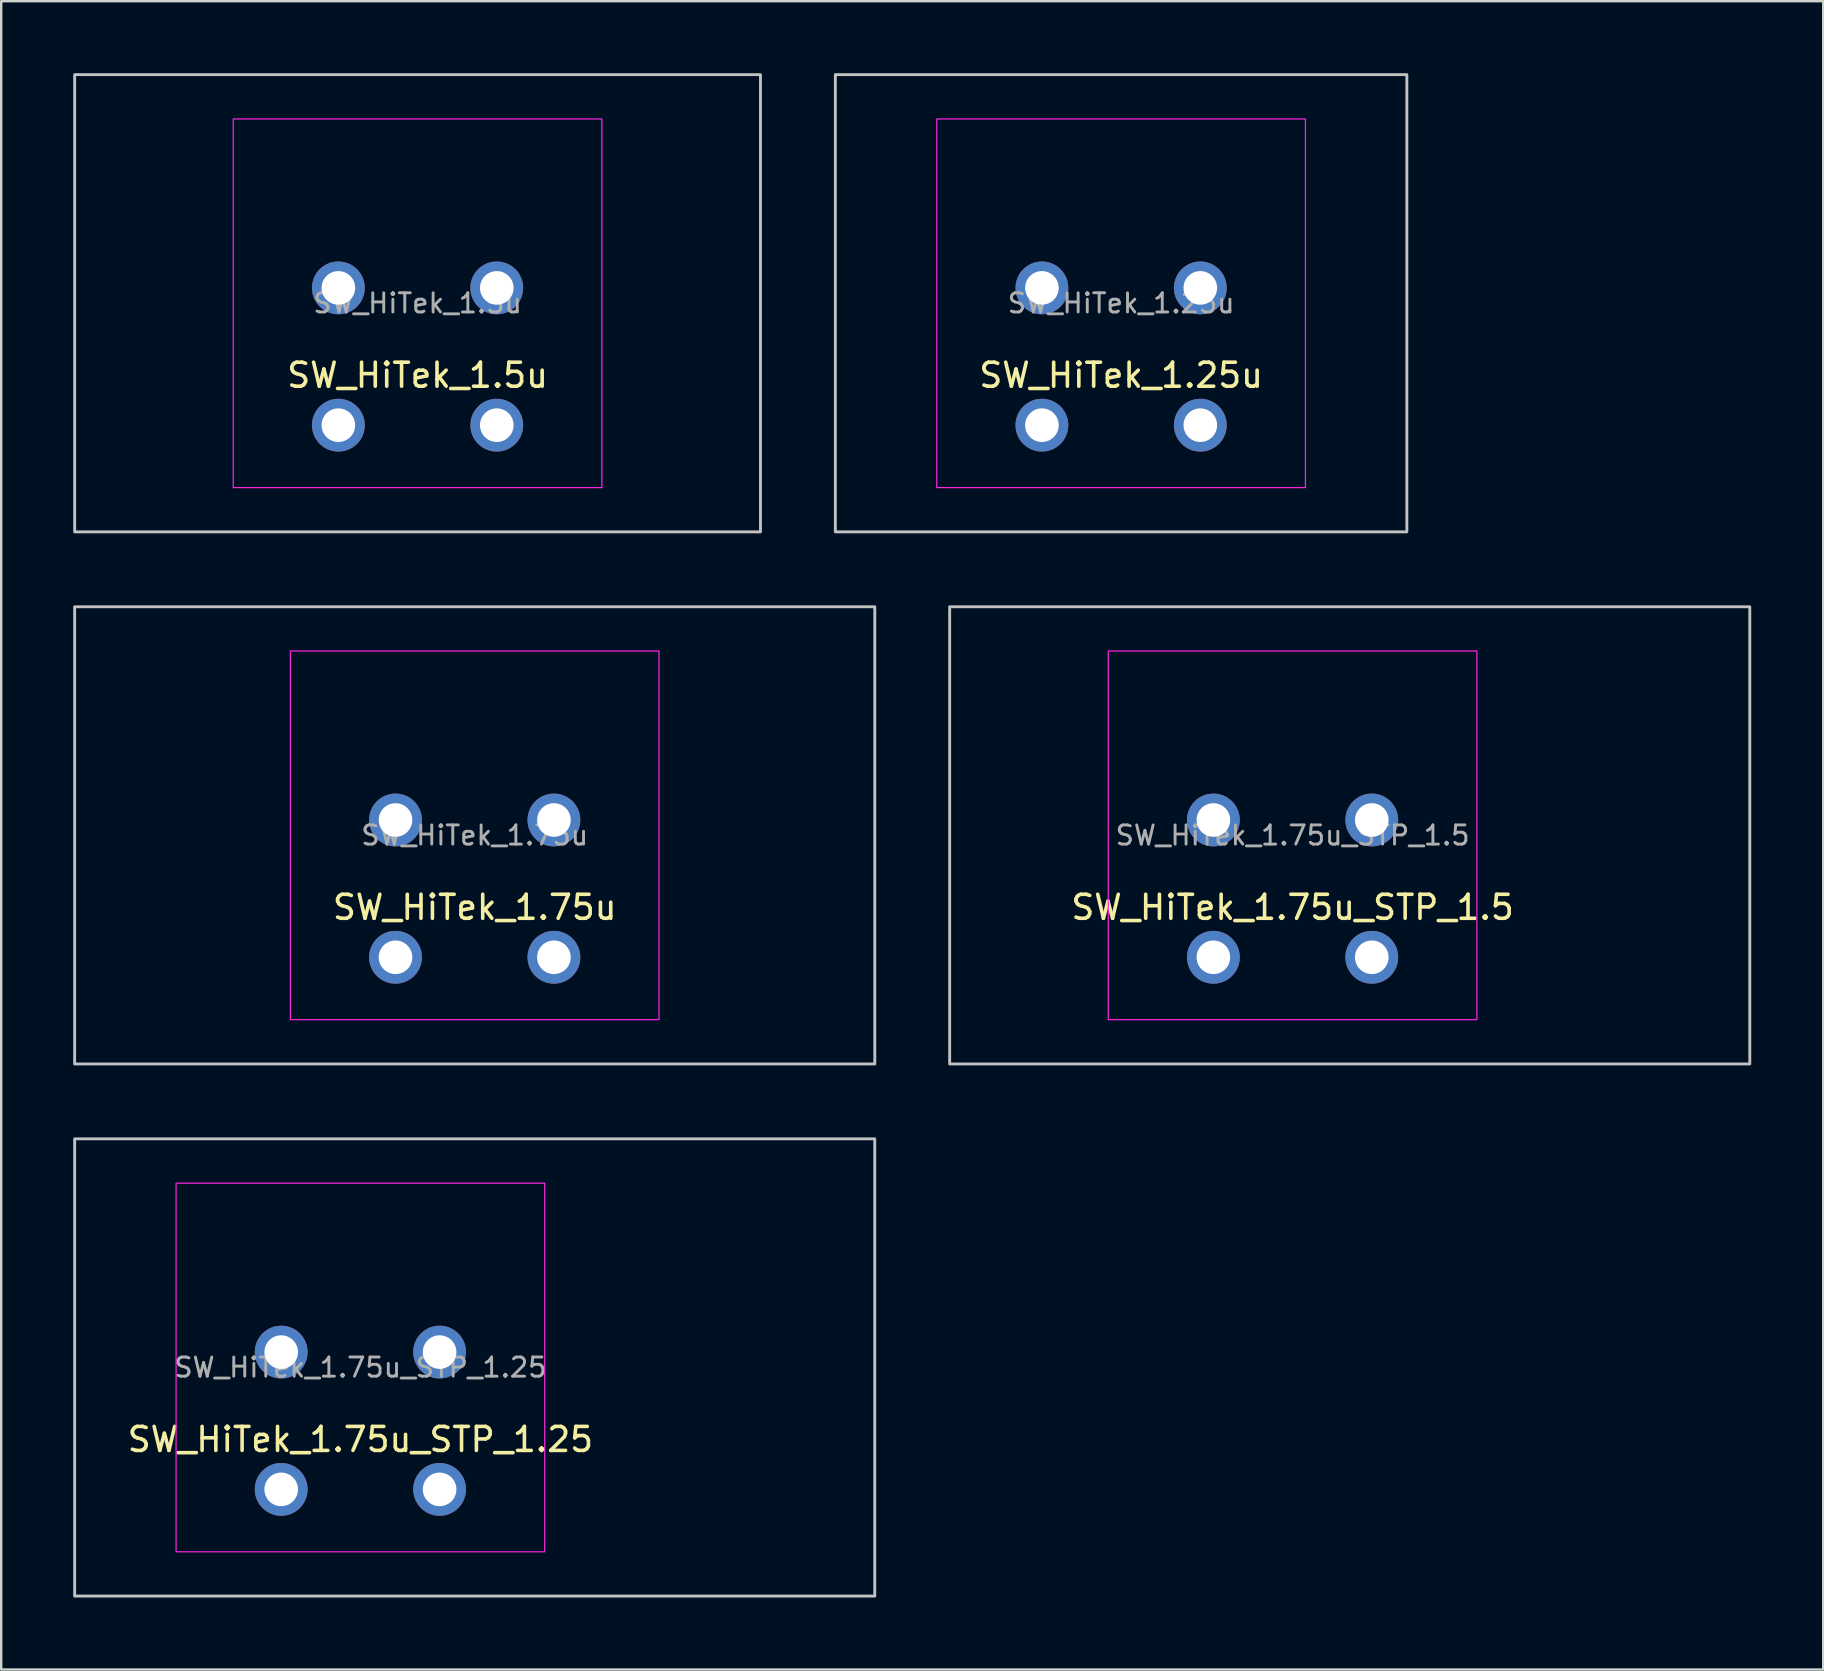
<source format=kicad_pcb>
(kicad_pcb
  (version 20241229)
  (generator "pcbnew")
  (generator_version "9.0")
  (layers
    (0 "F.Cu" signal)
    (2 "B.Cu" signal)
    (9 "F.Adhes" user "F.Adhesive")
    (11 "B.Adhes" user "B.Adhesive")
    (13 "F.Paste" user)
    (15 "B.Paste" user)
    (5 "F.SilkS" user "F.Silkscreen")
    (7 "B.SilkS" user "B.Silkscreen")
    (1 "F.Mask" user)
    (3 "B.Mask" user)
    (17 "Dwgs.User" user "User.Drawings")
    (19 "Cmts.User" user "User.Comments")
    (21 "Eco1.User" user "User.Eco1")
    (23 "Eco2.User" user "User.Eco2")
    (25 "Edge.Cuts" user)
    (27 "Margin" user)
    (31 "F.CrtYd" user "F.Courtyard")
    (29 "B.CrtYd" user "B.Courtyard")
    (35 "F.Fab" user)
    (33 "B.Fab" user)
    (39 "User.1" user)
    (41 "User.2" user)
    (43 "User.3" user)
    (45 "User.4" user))
  (footprint "SW_HiTek_1.25u"
    (layer "F.Cu")
    (at 43.661 9.585)
    (property "Reference" "SW_HiTek_1.25u" (at 0 3 0) (unlocked yes) (layer "F.SilkS") (effects (font (size 1 1) (thickness 0.15))))
    (attr through_hole exclude_from_pos_files exclude_from_bom)
    (fp_rect (start -11.906 -9.525) (end 11.906 9.525) (stroke (width 0.12) (type solid)) (fill no) (layer "Dwgs.User"))
    (fp_line (start -7.81 7.31) (end -7.81 -7.31) (stroke (width 0.05) (type solid)) (layer "Eco2.User"))
    (fp_line (start -7.31 -7.81) (end 7.31 -7.81) (stroke (width 0.05) (type solid)) (layer "Eco2.User"))
    (fp_line (start 7.31 7.81) (end -7.31 7.81) (stroke (width 0.05) (type solid)) (layer "Eco2.User"))
    (fp_line (start 7.81 7.31) (end 7.81 -7.31) (stroke (width 0.05) (type solid)) (layer "Eco2.User"))
    (fp_arc (start -7.81 -7.31) (mid -7.663553 -7.663553) (end -7.31 -7.81) (stroke (width 0.05) (type solid)) (layer "Eco2.User"))
    (fp_arc (start -7.31 7.81) (mid -7.663553 7.663553) (end -7.81 7.31) (stroke (width 0.05) (type solid)) (layer "Eco2.User"))
    (fp_arc (start 7.31 -7.81) (mid 7.663553 -7.663553) (end 7.81 -7.31) (stroke (width 0.05) (type solid)) (layer "Eco2.User"))
    (fp_arc (start 7.81 7.31) (mid 7.663553 7.663553) (end 7.31 7.81) (stroke (width 0.05) (type solid)) (layer "Eco2.User"))
    (fp_rect (start -7.68 -7.68) (end 7.68 7.68) (stroke (width 0.05) (type solid)) (fill no) (layer "F.CrtYd"))
    (fp_text user "${REFERENCE}" (at 0 0 0) (layer "F.Fab") (effects (font (size 0.8 0.8) (thickness 0.12))))
    (pad "1" thru_hole circle (at -3.3 -0.64) (size 2.2 2.2) (drill 1.4) (layers "*.Cu" "B.Mask"))
    (pad "1" thru_hole circle (at -3.3 5.08) (size 2.2 2.2) (drill 1.4) (layers "*.Cu" "B.Mask"))
    (pad "2" thru_hole circle (at 3.3 -0.64) (size 2.2 2.2) (drill 1.4) (layers "*.Cu" "B.Mask"))
    (pad "2" thru_hole circle (at 3.3 5.08) (size 2.2 2.2) (drill 1.4) (layers "*.Cu" "B.Mask")))
  (footprint "SW_HiTek_1.75u"
    (layer "F.Cu")
    (at 16.729 31.755)
    (property "Reference" "SW_HiTek_1.75u" (at 0 3 0) (unlocked yes) (layer "F.SilkS") (effects (font (size 1 1) (thickness 0.15))))
    (attr through_hole exclude_from_pos_files exclude_from_bom)
    (fp_rect (start -16.669 -9.525) (end 16.669 9.525) (stroke (width 0.12) (type solid)) (fill no) (layer "Dwgs.User"))
    (fp_line (start -7.81 7.31) (end -7.81 -7.31) (stroke (width 0.05) (type solid)) (layer "Eco2.User"))
    (fp_line (start -7.31 -7.81) (end 7.31 -7.81) (stroke (width 0.05) (type solid)) (layer "Eco2.User"))
    (fp_line (start 7.31 7.81) (end -7.31 7.81) (stroke (width 0.05) (type solid)) (layer "Eco2.User"))
    (fp_line (start 7.81 7.31) (end 7.81 -7.31) (stroke (width 0.05) (type solid)) (layer "Eco2.User"))
    (fp_arc (start -7.81 -7.31) (mid -7.663553 -7.663553) (end -7.31 -7.81) (stroke (width 0.05) (type solid)) (layer "Eco2.User"))
    (fp_arc (start -7.31 7.81) (mid -7.663553 7.663553) (end -7.81 7.31) (stroke (width 0.05) (type solid)) (layer "Eco2.User"))
    (fp_arc (start 7.31 -7.81) (mid 7.663553 -7.663553) (end 7.81 -7.31) (stroke (width 0.05) (type solid)) (layer "Eco2.User"))
    (fp_arc (start 7.81 7.31) (mid 7.663553 7.663553) (end 7.31 7.81) (stroke (width 0.05) (type solid)) (layer "Eco2.User"))
    (fp_rect (start -7.68 -7.68) (end 7.68 7.68) (stroke (width 0.05) (type solid)) (fill no) (layer "F.CrtYd"))
    (fp_text user "${REFERENCE}" (at 0 0 0) (layer "F.Fab") (effects (font (size 0.8 0.8) (thickness 0.12))))
    (pad "1" thru_hole circle (at -3.3 -0.64) (size 2.2 2.2) (drill 1.4) (layers "*.Cu" "B.Mask"))
    (pad "1" thru_hole circle (at -3.3 5.08) (size 2.2 2.2) (drill 1.4) (layers "*.Cu" "B.Mask"))
    (pad "2" thru_hole circle (at 3.3 -0.64) (size 2.2 2.2) (drill 1.4) (layers "*.Cu" "B.Mask"))
    (pad "2" thru_hole circle (at 3.3 5.08) (size 2.2 2.2) (drill 1.4) (layers "*.Cu" "B.Mask")))
  (footprint "SW_HiTek_1.5u"
    (layer "F.Cu")
    (at 14.348 9.585)
    (property "Reference" "SW_HiTek_1.5u" (at 0 3 0) (unlocked yes) (layer "F.SilkS") (effects (font (size 1 1) (thickness 0.15))))
    (attr through_hole exclude_from_pos_files exclude_from_bom)
    (fp_rect (start -14.287 -9.525) (end 14.287 9.525) (stroke (width 0.12) (type solid)) (fill no) (layer "Dwgs.User"))
    (fp_line (start -7.81 7.31) (end -7.81 -7.31) (stroke (width 0.05) (type solid)) (layer "Eco2.User"))
    (fp_line (start -7.31 -7.81) (end 7.31 -7.81) (stroke (width 0.05) (type solid)) (layer "Eco2.User"))
    (fp_line (start 7.31 7.81) (end -7.31 7.81) (stroke (width 0.05) (type solid)) (layer "Eco2.User"))
    (fp_line (start 7.81 7.31) (end 7.81 -7.31) (stroke (width 0.05) (type solid)) (layer "Eco2.User"))
    (fp_arc (start -7.81 -7.31) (mid -7.663553 -7.663553) (end -7.31 -7.81) (stroke (width 0.05) (type solid)) (layer "Eco2.User"))
    (fp_arc (start -7.31 7.81) (mid -7.663553 7.663553) (end -7.81 7.31) (stroke (width 0.05) (type solid)) (layer "Eco2.User"))
    (fp_arc (start 7.31 -7.81) (mid 7.663553 -7.663553) (end 7.81 -7.31) (stroke (width 0.05) (type solid)) (layer "Eco2.User"))
    (fp_arc (start 7.81 7.31) (mid 7.663553 7.663553) (end 7.31 7.81) (stroke (width 0.05) (type solid)) (layer "Eco2.User"))
    (fp_rect (start -7.68 -7.68) (end 7.68 7.68) (stroke (width 0.05) (type solid)) (fill no) (layer "F.CrtYd"))
    (fp_text user "${REFERENCE}" (at 0 0 0) (layer "F.Fab") (effects (font (size 0.8 0.8) (thickness 0.12))))
    (pad "1" thru_hole circle (at -3.3 -0.64) (size 2.2 2.2) (drill 1.4) (layers "*.Cu" "B.Mask"))
    (pad "1" thru_hole circle (at -3.3 5.08) (size 2.2 2.2) (drill 1.4) (layers "*.Cu" "B.Mask"))
    (pad "2" thru_hole circle (at 3.3 -0.64) (size 2.2 2.2) (drill 1.4) (layers "*.Cu" "B.Mask"))
    (pad "2" thru_hole circle (at 3.3 5.08) (size 2.2 2.2) (drill 1.4) (layers "*.Cu" "B.Mask")))
  (footprint "SW_HiTek_1.75u_STP_1.25"
    (layer "F.Cu")
    (at 11.966 53.925)
    (property "Reference" "SW_HiTek_1.75u_STP_1.25" (at 0 3 0) (unlocked yes) (layer "F.SilkS") (effects (font (size 1 1) (thickness 0.15))))
    (attr through_hole exclude_from_pos_files exclude_from_bom)
    (fp_rect (start -11.906 -9.525) (end 21.431 9.525) (stroke (width 0.12) (type solid)) (fill no) (layer "Dwgs.User"))
    (fp_line (start -7.81 7.31) (end -7.81 -7.31) (stroke (width 0.05) (type solid)) (layer "Eco2.User"))
    (fp_line (start -7.31 -7.81) (end 7.31 -7.81) (stroke (width 0.05) (type solid)) (layer "Eco2.User"))
    (fp_line (start 7.31 7.81) (end -7.31 7.81) (stroke (width 0.05) (type solid)) (layer "Eco2.User"))
    (fp_line (start 7.81 7.31) (end 7.81 -7.31) (stroke (width 0.05) (type solid)) (layer "Eco2.User"))
    (fp_arc (start -7.81 -7.31) (mid -7.663553 -7.663553) (end -7.31 -7.81) (stroke (width 0.05) (type solid)) (layer "Eco2.User"))
    (fp_arc (start -7.31 7.81) (mid -7.663553 7.663553) (end -7.81 7.31) (stroke (width 0.05) (type solid)) (layer "Eco2.User"))
    (fp_arc (start 7.31 -7.81) (mid 7.663553 -7.663553) (end 7.81 -7.31) (stroke (width 0.05) (type solid)) (layer "Eco2.User"))
    (fp_arc (start 7.81 7.31) (mid 7.663553 7.663553) (end 7.31 7.81) (stroke (width 0.05) (type solid)) (layer "Eco2.User"))
    (fp_rect (start -7.68 -7.68) (end 7.68 7.68) (stroke (width 0.05) (type solid)) (fill no) (layer "F.CrtYd"))
    (fp_text user "${REFERENCE}" (at 0 0 0) (layer "F.Fab") (effects (font (size 0.8 0.8) (thickness 0.12))))
    (pad "1" thru_hole circle (at -3.3 -0.64) (size 2.2 2.2) (drill 1.4) (layers "*.Cu" "B.Mask"))
    (pad "1" thru_hole circle (at -3.3 5.08) (size 2.2 2.2) (drill 1.4) (layers "*.Cu" "B.Mask"))
    (pad "2" thru_hole circle (at 3.3 -0.64) (size 2.2 2.2) (drill 1.4) (layers "*.Cu" "B.Mask"))
    (pad "2" thru_hole circle (at 3.3 5.08) (size 2.2 2.2) (drill 1.4) (layers "*.Cu" "B.Mask")))
  (footprint "SW_HiTek_1.75u_STP_1.5"
    (layer "F.Cu")
    (at 50.805 31.755)
    (property "Reference" "SW_HiTek_1.75u_STP_1.5" (at 0 3 0) (unlocked yes) (layer "F.SilkS") (effects (font (size 1 1) (thickness 0.15))))
    (attr through_hole exclude_from_pos_files exclude_from_bom)
    (fp_rect (start -14.287 -9.525) (end 19.05 9.525) (stroke (width 0.12) (type solid)) (fill no) (layer "Dwgs.User"))
    (fp_line (start -7.81 7.31) (end -7.81 -7.31) (stroke (width 0.05) (type solid)) (layer "Eco2.User"))
    (fp_line (start -7.31 -7.81) (end 7.31 -7.81) (stroke (width 0.05) (type solid)) (layer "Eco2.User"))
    (fp_line (start 7.31 7.81) (end -7.31 7.81) (stroke (width 0.05) (type solid)) (layer "Eco2.User"))
    (fp_line (start 7.81 7.31) (end 7.81 -7.31) (stroke (width 0.05) (type solid)) (layer "Eco2.User"))
    (fp_arc (start -7.81 -7.31) (mid -7.663553 -7.663553) (end -7.31 -7.81) (stroke (width 0.05) (type solid)) (layer "Eco2.User"))
    (fp_arc (start -7.31 7.81) (mid -7.663553 7.663553) (end -7.81 7.31) (stroke (width 0.05) (type solid)) (layer "Eco2.User"))
    (fp_arc (start 7.31 -7.81) (mid 7.663553 -7.663553) (end 7.81 -7.31) (stroke (width 0.05) (type solid)) (layer "Eco2.User"))
    (fp_arc (start 7.81 7.31) (mid 7.663553 7.663553) (end 7.31 7.81) (stroke (width 0.05) (type solid)) (layer "Eco2.User"))
    (fp_rect (start -7.68 -7.68) (end 7.68 7.68) (stroke (width 0.05) (type solid)) (fill no) (layer "F.CrtYd"))
    (fp_text user "${REFERENCE}" (at 0 0 0) (layer "F.Fab") (effects (font (size 0.8 0.8) (thickness 0.12))))
    (pad "1" thru_hole circle (at -3.3 -0.64) (size 2.2 2.2) (drill 1.4) (layers "*.Cu" "B.Mask"))
    (pad "1" thru_hole circle (at -3.3 5.08) (size 2.2 2.2) (drill 1.4) (layers "*.Cu" "B.Mask"))
    (pad "2" thru_hole circle (at 3.3 -0.64) (size 2.2 2.2) (drill 1.4) (layers "*.Cu" "B.Mask"))
    (pad "2" thru_hole circle (at 3.3 5.08) (size 2.2 2.2) (drill 1.4) (layers "*.Cu" "B.Mask")))
  (gr_rect
    (start -3 -3)
    (end 72.915 66.51)
    (stroke (width 0.1) (type default))
    (fill no)
    (layer "Edge.Cuts")))
</source>
